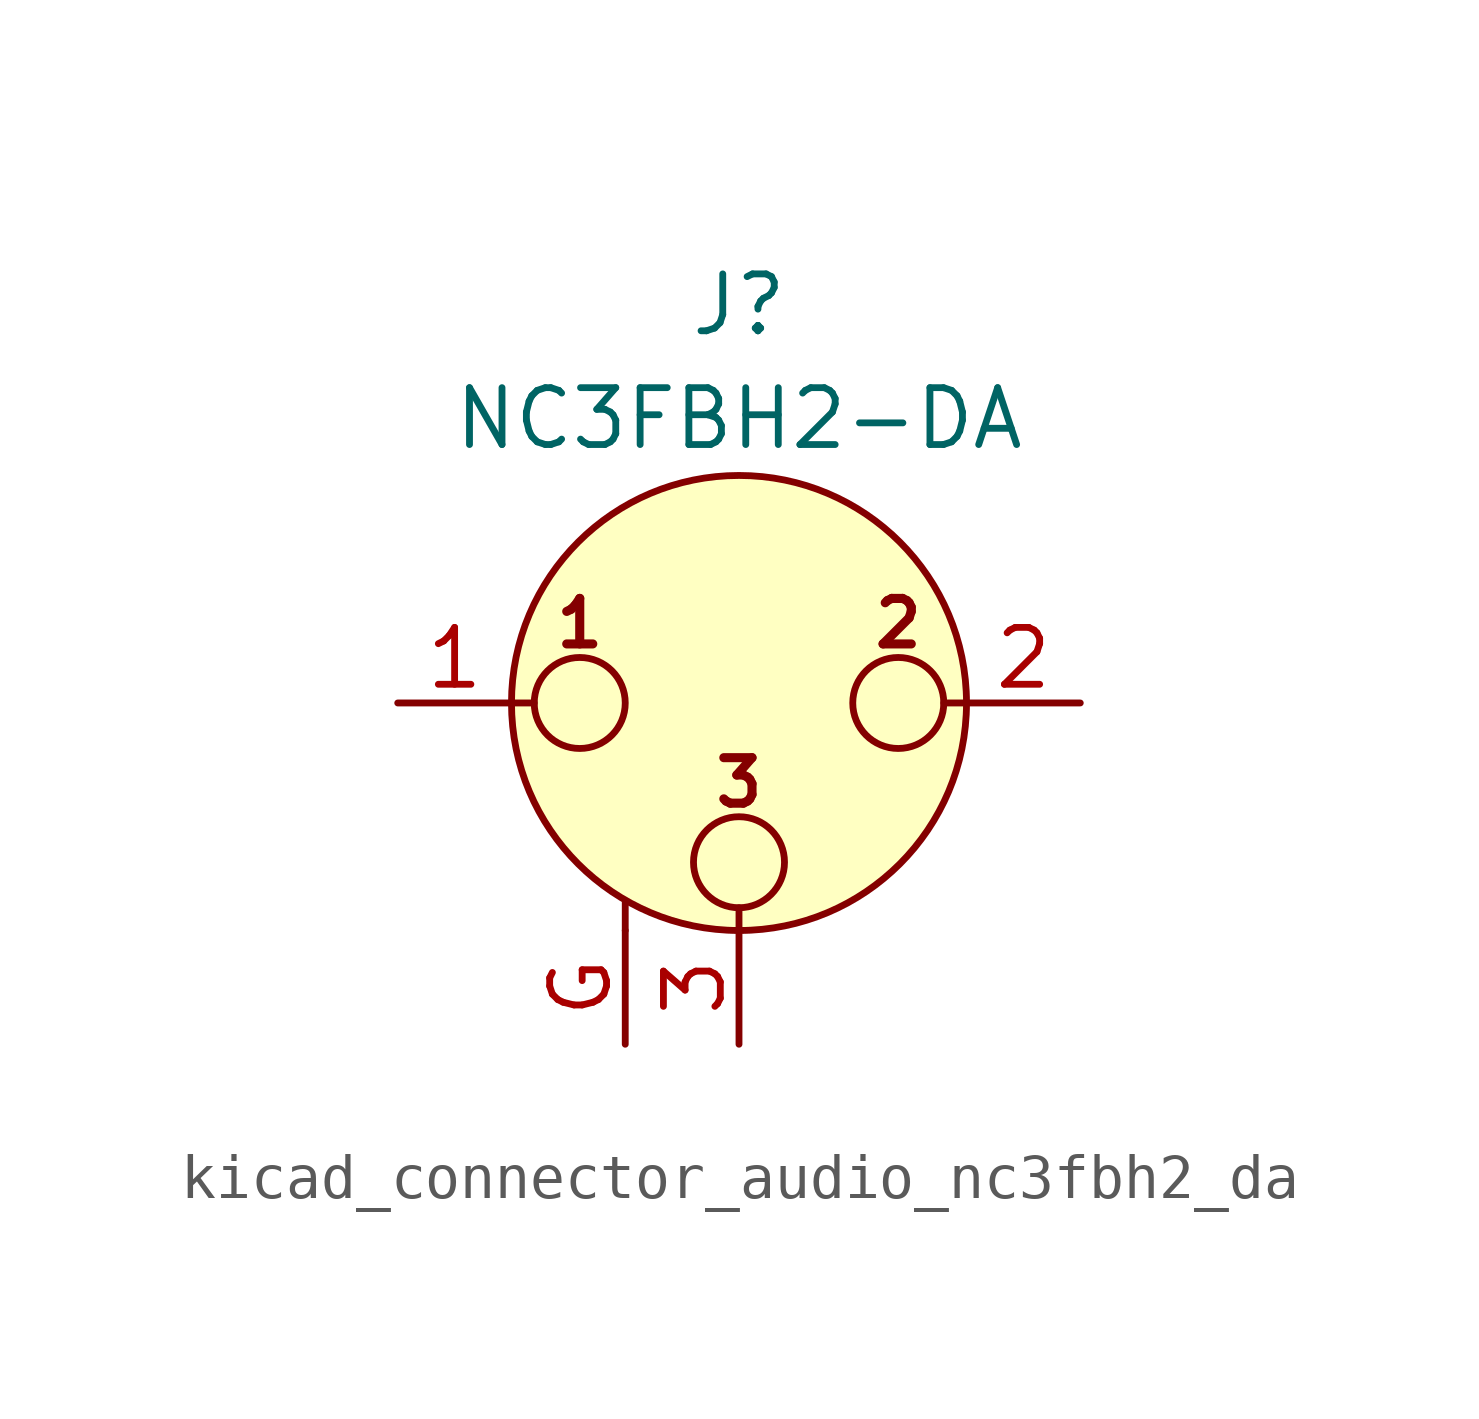
<source format=kicad_sym>
(kicad_symbol_lib
  (version 20220914)
  (generator kicad_symbol_editor)
  (symbol "kicad_connector_audio_nc3fbh2_da"
    (pin_names hide)
    (property "Reference" "J"
      (at 0 8.89 0)
      (effects (font (size 1.27 1.27))))
    (property "Value" "NC3FBH2-DA"
      (at 0 6.35 0)
      (effects (font (size 1.27 1.27))))
    (symbol "kicad_connector_audio_nc3fbh2_da_0_1"
      (circle (center -3.556 0) (radius 1.016) (stroke (width 0) (type default)) (fill (type none)))
      (circle (center 0 -3.556) (radius 1.016) (stroke (width 0) (type default)) (fill (type none)))
      (polyline (pts (xy -5.08 0) (xy -4.572 0)) (stroke (width 0) (type default)) (fill (type none)))
      (polyline (pts (xy -2.54 -5.08) (xy -2.54 -4.445)) (stroke (width 0) (type default)) (fill (type none)))
      (polyline (pts (xy 0 -5.08) (xy 0 -4.572)) (stroke (width 0) (type default)) (fill (type none)))
      (polyline (pts (xy 5.08 0) (xy 4.572 0)) (stroke (width 0) (type default)) (fill (type none)))
      (circle (center 0 0) (radius 5.08) (stroke (width 0) (type default)) (fill (type background)))
      (circle (center 3.556 0) (radius 1.016) (stroke (width 0) (type default)) (fill (type none)))
      (text "1" (at -3.556 1.778 0) (effects (font (size 1.016 1.016) bold)))
      (text "2" (at 3.556 1.778 0) (effects (font (size 1.016 1.016) bold)))
      (text "3" (at 0 -1.778 0) (effects (font (size 1.016 1.016) bold)))
      (pin passive line (at -7.62 0 0) (length 2.54) (name "~" (effects (font (size 1.27 1.27)))) (number "1" (effects (font (size 1.27 1.27)))))
      (pin passive line (at 7.62 0 180) (length 2.54) (name "~" (effects (font (size 1.27 1.27)))) (number "2" (effects (font (size 1.27 1.27)))))
      (pin passive line (at 0 -7.62 90) (length 2.54) (name "~" (effects (font (size 1.27 1.27)))) (number "3" (effects (font (size 1.27 1.27))))))
    (symbol "kicad_connector_audio_nc3fbh2_da_1_1"
      (pin passive line (at -2.54 -7.62 90) (length 2.54) (name "~" (effects (font (size 1.27 1.27)))) (number "G" (effects (font (size 1.27 1.27))))))))
</source>
